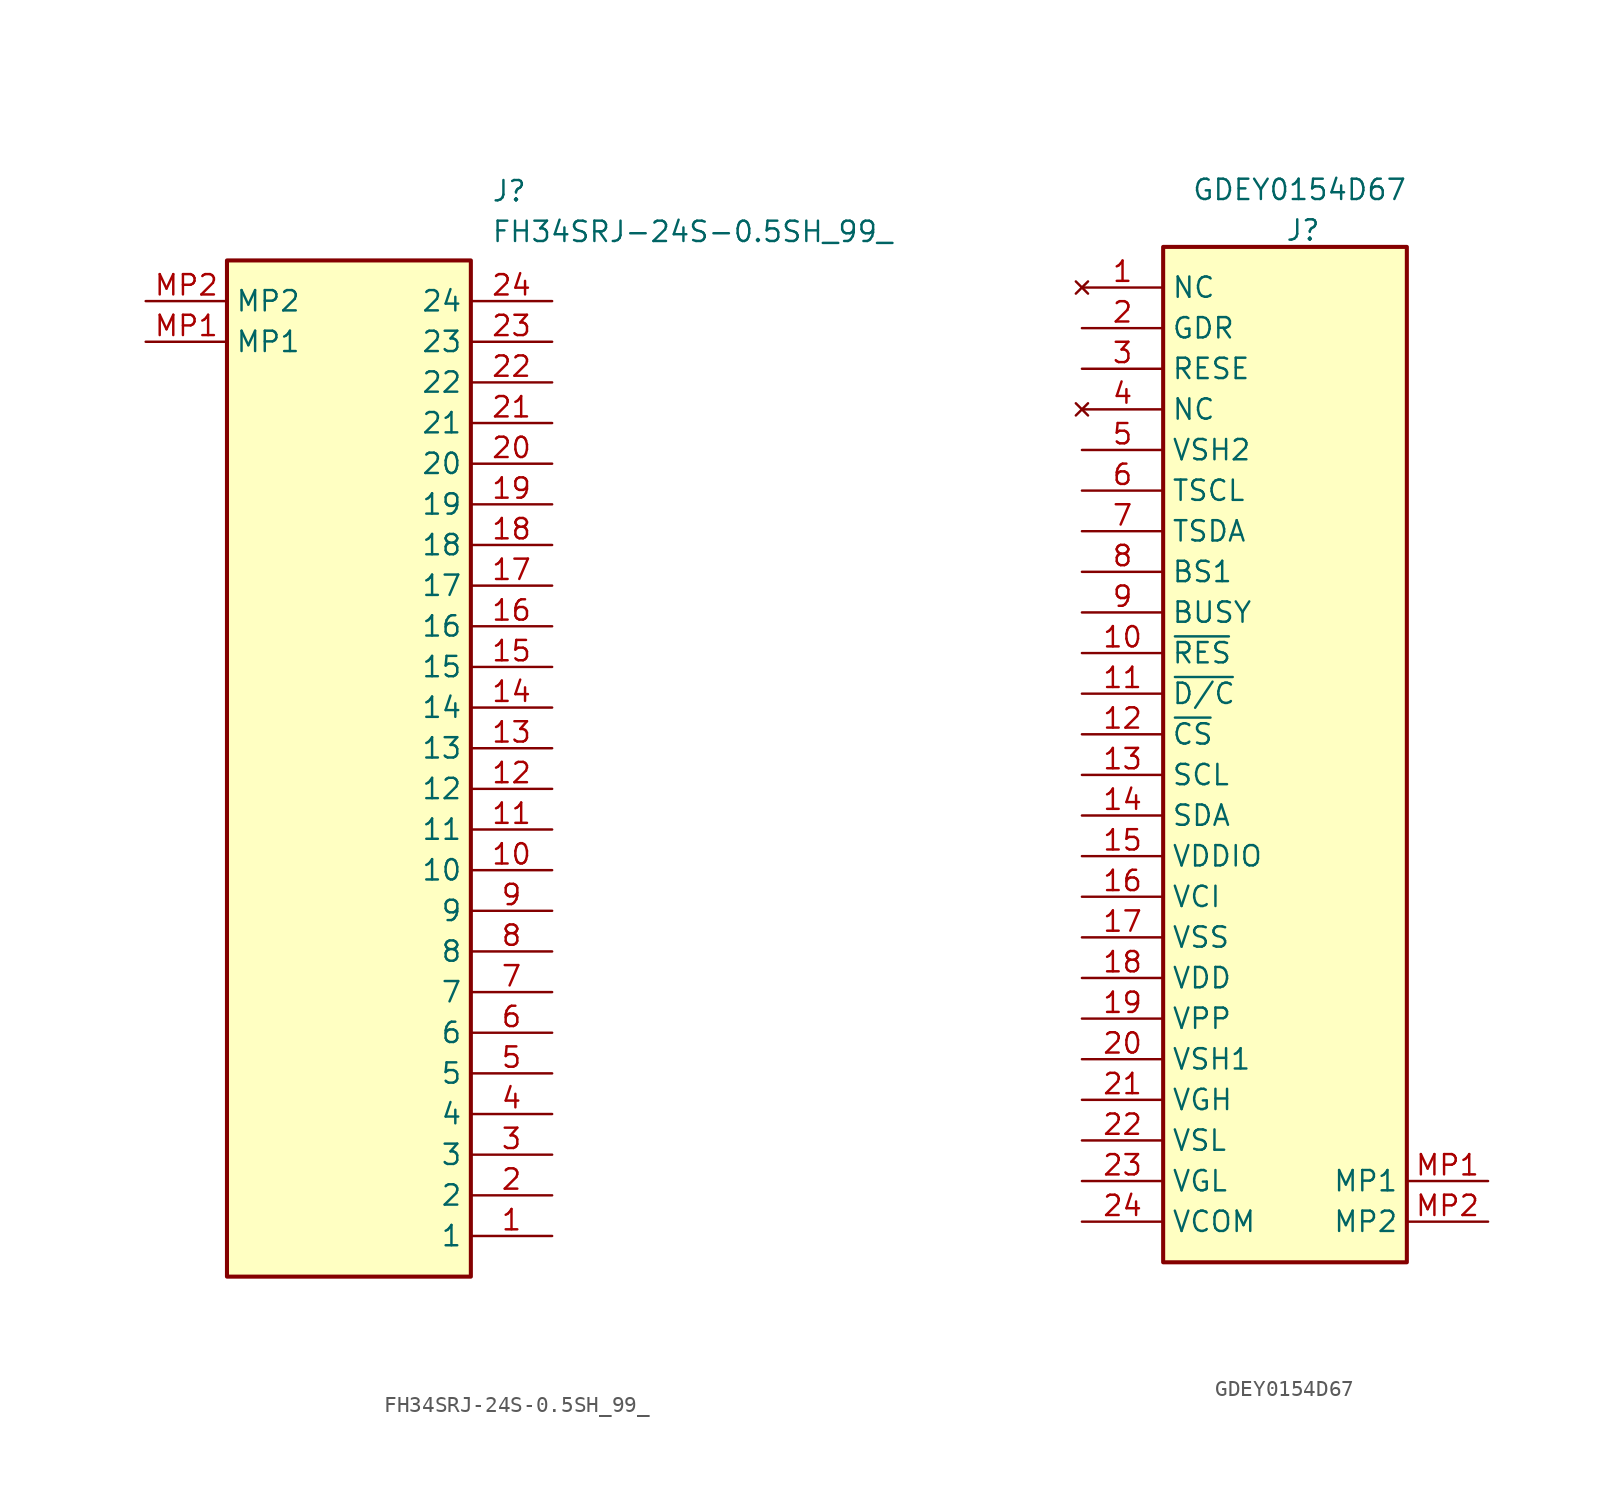
<source format=kicad_sym>
(kicad_symbol_lib
  (version 20241209)
  (generator "kicad_symbol_editor")
  (generator_version "9.0")
  (symbol "FH34SRJ-24S-0.5SH_99_"
    (property "Reference" "J"
      (at 21.59 7.62 0)
      (effects (font (size 1.27 1.27)) (justify left top)))
    (property "Value" "FH34SRJ-24S-0.5SH_99_"
      (at 21.59 5.08 0)
      (effects (font (size 1.27 1.27)) (justify left top)))
    (symbol "FH34SRJ-24S-0.5SH_99__1_1"
      (rectangle (start 5.08 2.54) (end 20.32 -60.96) (stroke (width 0.254) (type default)) (fill (type background)))
      (pin passive line (at 0 0 0) (length 5.08) (name "MP2" (effects (font (size 1.27 1.27)))) (number "MP2" (effects (font (size 1.27 1.27)))))
      (pin passive line (at 0 -2.54 0) (length 5.08) (name "MP1" (effects (font (size 1.27 1.27)))) (number "MP1" (effects (font (size 1.27 1.27)))))
      (pin passive line (at 25.4 0 180) (length 5.08) (name "24" (effects (font (size 1.27 1.27)))) (number "24" (effects (font (size 1.27 1.27)))))
      (pin passive line (at 25.4 -2.54 180) (length 5.08) (name "23" (effects (font (size 1.27 1.27)))) (number "23" (effects (font (size 1.27 1.27)))))
      (pin passive line (at 25.4 -5.08 180) (length 5.08) (name "22" (effects (font (size 1.27 1.27)))) (number "22" (effects (font (size 1.27 1.27)))))
      (pin passive line (at 25.4 -7.62 180) (length 5.08) (name "21" (effects (font (size 1.27 1.27)))) (number "21" (effects (font (size 1.27 1.27)))))
      (pin passive line (at 25.4 -10.16 180) (length 5.08) (name "20" (effects (font (size 1.27 1.27)))) (number "20" (effects (font (size 1.27 1.27)))))
      (pin passive line (at 25.4 -12.7 180) (length 5.08) (name "19" (effects (font (size 1.27 1.27)))) (number "19" (effects (font (size 1.27 1.27)))))
      (pin passive line (at 25.4 -15.24 180) (length 5.08) (name "18" (effects (font (size 1.27 1.27)))) (number "18" (effects (font (size 1.27 1.27)))))
      (pin passive line (at 25.4 -17.78 180) (length 5.08) (name "17" (effects (font (size 1.27 1.27)))) (number "17" (effects (font (size 1.27 1.27)))))
      (pin passive line (at 25.4 -20.32 180) (length 5.08) (name "16" (effects (font (size 1.27 1.27)))) (number "16" (effects (font (size 1.27 1.27)))))
      (pin passive line (at 25.4 -22.86 180) (length 5.08) (name "15" (effects (font (size 1.27 1.27)))) (number "15" (effects (font (size 1.27 1.27)))))
      (pin passive line (at 25.4 -25.4 180) (length 5.08) (name "14" (effects (font (size 1.27 1.27)))) (number "14" (effects (font (size 1.27 1.27)))))
      (pin passive line (at 25.4 -27.94 180) (length 5.08) (name "13" (effects (font (size 1.27 1.27)))) (number "13" (effects (font (size 1.27 1.27)))))
      (pin passive line (at 25.4 -30.48 180) (length 5.08) (name "12" (effects (font (size 1.27 1.27)))) (number "12" (effects (font (size 1.27 1.27)))))
      (pin passive line (at 25.4 -33.02 180) (length 5.08) (name "11" (effects (font (size 1.27 1.27)))) (number "11" (effects (font (size 1.27 1.27)))))
      (pin passive line (at 25.4 -35.56 180) (length 5.08) (name "10" (effects (font (size 1.27 1.27)))) (number "10" (effects (font (size 1.27 1.27)))))
      (pin passive line (at 25.4 -38.1 180) (length 5.08) (name "9" (effects (font (size 1.27 1.27)))) (number "9" (effects (font (size 1.27 1.27)))))
      (pin passive line (at 25.4 -40.64 180) (length 5.08) (name "8" (effects (font (size 1.27 1.27)))) (number "8" (effects (font (size 1.27 1.27)))))
      (pin passive line (at 25.4 -43.18 180) (length 5.08) (name "7" (effects (font (size 1.27 1.27)))) (number "7" (effects (font (size 1.27 1.27)))))
      (pin passive line (at 25.4 -45.72 180) (length 5.08) (name "6" (effects (font (size 1.27 1.27)))) (number "6" (effects (font (size 1.27 1.27)))))
      (pin passive line (at 25.4 -48.26 180) (length 5.08) (name "5" (effects (font (size 1.27 1.27)))) (number "5" (effects (font (size 1.27 1.27)))))
      (pin passive line (at 25.4 -50.8 180) (length 5.08) (name "4" (effects (font (size 1.27 1.27)))) (number "4" (effects (font (size 1.27 1.27)))))
      (pin passive line (at 25.4 -53.34 180) (length 5.08) (name "3" (effects (font (size 1.27 1.27)))) (number "3" (effects (font (size 1.27 1.27)))))
      (pin passive line (at 25.4 -55.88 180) (length 5.08) (name "2" (effects (font (size 1.27 1.27)))) (number "2" (effects (font (size 1.27 1.27)))))
      (pin passive line (at 25.4 -58.42 180) (length 5.08) (name "1" (effects (font (size 1.27 1.27)))) (number "1" (effects (font (size 1.27 1.27)))))))
  (symbol "GDEY0154D67"
    (property "Reference" "J"
      (at 21.59 9.398 0)
      (effects (font (size 1.27 1.27)) (justify left top)))
    (property "Value" "GDEY0154D67"
      (at 15.748 11.938 0)
      (effects (font (size 1.27 1.27)) (justify left top)))
    (symbol "GDEY0154D67_1_1"
      (rectangle (start 13.97 7.62) (end 29.21 -55.88) (stroke (width 0.254) (type default)) (fill (type background)))
      (pin no_connect line (at 8.89 5.08 0) (length 5.08) (name "NC" (effects (font (size 1.27 1.27)))) (number "1" (effects (font (size 1.27 1.27)))))
      (pin output line (at 8.89 2.54 0) (length 5.08) (name "GDR" (effects (font (size 1.27 1.27)))) (number "2" (effects (font (size 1.27 1.27)))))
      (pin input line (at 8.89 0 0) (length 5.08) (name "RESE" (effects (font (size 1.27 1.27)))) (number "3" (effects (font (size 1.27 1.27)))))
      (pin no_connect line (at 8.89 -2.54 0) (length 5.08) (name "NC" (effects (font (size 1.27 1.27)))) (number "4" (effects (font (size 1.27 1.27)))))
      (pin passive line (at 8.89 -5.08 0) (length 5.08) (name "VSH2" (effects (font (size 1.27 1.27)))) (number "5" (effects (font (size 1.27 1.27)))))
      (pin output line (at 8.89 -7.62 0) (length 5.08) (name "TSCL" (effects (font (size 1.27 1.27)))) (number "6" (effects (font (size 1.27 1.27)))))
      (pin passive line (at 8.89 -10.16 0) (length 5.08) (name "TSDA" (effects (font (size 1.27 1.27)))) (number "7" (effects (font (size 1.27 1.27)))))
      (pin input line (at 8.89 -12.7 0) (length 5.08) (name "BS1" (effects (font (size 1.27 1.27)))) (number "8" (effects (font (size 1.27 1.27)))))
      (pin passive line (at 8.89 -15.24 0) (length 5.08) (name "BUSY" (effects (font (size 1.27 1.27)))) (number "9" (effects (font (size 1.27 1.27)))))
      (pin input line (at 8.89 -17.78 0) (length 5.08) (name "~{RES}" (effects (font (size 1.27 1.27)))) (number "10" (effects (font (size 1.27 1.27)))))
      (pin input line (at 8.89 -20.32 0) (length 5.08) (name "~{D/C}" (effects (font (size 1.27 1.27)))) (number "11" (effects (font (size 1.27 1.27)))))
      (pin input line (at 8.89 -22.86 0) (length 5.08) (name "~{CS}" (effects (font (size 1.27 1.27)))) (number "12" (effects (font (size 1.27 1.27)))))
      (pin input line (at 8.89 -25.4 0) (length 5.08) (name "SCL" (effects (font (size 1.27 1.27)))) (number "13" (effects (font (size 1.27 1.27)))))
      (pin input line (at 8.89 -27.94 0) (length 5.08) (name "SDA" (effects (font (size 1.27 1.27)))) (number "14" (effects (font (size 1.27 1.27)))))
      (pin passive line (at 8.89 -30.48 0) (length 5.08) (name "VDDIO" (effects (font (size 1.27 1.27)))) (number "15" (effects (font (size 1.27 1.27)))))
      (pin power_in line (at 8.89 -33.02 0) (length 5.08) (name "VCI" (effects (font (size 1.27 1.27)))) (number "16" (effects (font (size 1.27 1.27)))))
      (pin power_in line (at 8.89 -35.56 0) (length 5.08) (name "VSS" (effects (font (size 1.27 1.27)))) (number "17" (effects (font (size 1.27 1.27)))))
      (pin passive line (at 8.89 -38.1 0) (length 5.08) (name "VDD" (effects (font (size 1.27 1.27)))) (number "18" (effects (font (size 1.27 1.27)))))
      (pin passive line (at 8.89 -40.64 0) (length 5.08) (name "VPP" (effects (font (size 1.27 1.27)))) (number "19" (effects (font (size 1.27 1.27)))))
      (pin passive line (at 8.89 -43.18 0) (length 5.08) (name "VSH1" (effects (font (size 1.27 1.27)))) (number "20" (effects (font (size 1.27 1.27)))))
      (pin passive line (at 8.89 -45.72 0) (length 5.08) (name "VGH" (effects (font (size 1.27 1.27)))) (number "21" (effects (font (size 1.27 1.27)))))
      (pin passive line (at 8.89 -48.26 0) (length 5.08) (name "VSL" (effects (font (size 1.27 1.27)))) (number "22" (effects (font (size 1.27 1.27)))))
      (pin passive line (at 8.89 -50.8 0) (length 5.08) (name "VGL" (effects (font (size 1.27 1.27)))) (number "23" (effects (font (size 1.27 1.27)))))
      (pin passive line (at 8.89 -53.34 0) (length 5.08) (name "VCOM" (effects (font (size 1.27 1.27)))) (number "24" (effects (font (size 1.27 1.27)))))
      (pin passive line (at 34.29 -50.8 180) (length 5.08) (name "MP1" (effects (font (size 1.27 1.27)))) (number "MP1" (effects (font (size 1.27 1.27)))))
      (pin passive line (at 34.29 -53.34 180) (length 5.08) (name "MP2" (effects (font (size 1.27 1.27)))) (number "MP2" (effects (font (size 1.27 1.27))))))))
</source>
